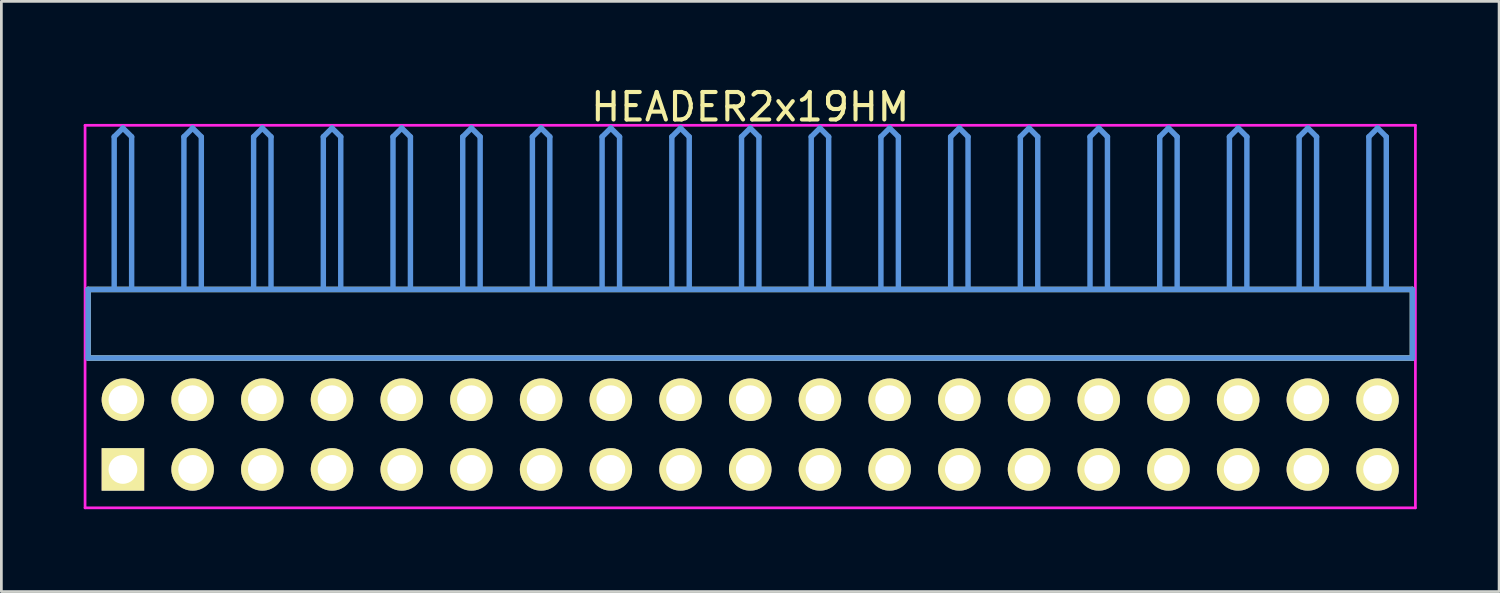
<source format=kicad_pcb>
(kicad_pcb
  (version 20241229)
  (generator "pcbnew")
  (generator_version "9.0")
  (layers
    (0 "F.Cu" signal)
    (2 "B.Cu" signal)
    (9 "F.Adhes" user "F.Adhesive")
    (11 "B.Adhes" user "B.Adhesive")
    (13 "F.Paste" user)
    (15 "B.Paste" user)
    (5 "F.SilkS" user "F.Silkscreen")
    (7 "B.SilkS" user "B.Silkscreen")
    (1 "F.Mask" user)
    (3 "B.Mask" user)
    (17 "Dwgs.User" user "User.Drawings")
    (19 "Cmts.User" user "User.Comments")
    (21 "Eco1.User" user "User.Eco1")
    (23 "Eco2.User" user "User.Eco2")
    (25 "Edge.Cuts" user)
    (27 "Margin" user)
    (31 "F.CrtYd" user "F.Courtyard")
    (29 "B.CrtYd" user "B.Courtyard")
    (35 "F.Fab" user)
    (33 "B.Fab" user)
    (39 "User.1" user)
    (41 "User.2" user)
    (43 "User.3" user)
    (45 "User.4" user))
  (footprint "HEADER2x19HM"
    (layer "F.Cu")
    (at 1.429 14.056)
    (property "Reference" "HEADER2x19HM" (at 22.86 -13.208 0) (layer "F.SilkS") (effects (font (size 1.001 1.001) (thickness 0.15))))
    (attr through_hole)
    (fp_line (start -1.27 -6.558) (end -1.27 -4.059) (stroke (width 0.198) (type solid)) (layer "F.SilkS"))
    (fp_line (start -1.27 -4.059) (end 46.99 -4.059) (stroke (width 0.198) (type solid)) (layer "F.SilkS"))
    (fp_line (start 46.99 -6.558) (end -1.27 -6.558) (stroke (width 0.198) (type solid)) (layer "F.SilkS"))
    (fp_line (start 46.99 -4.059) (end 46.99 -6.558) (stroke (width 0.198) (type solid)) (layer "F.SilkS"))
    (fp_line (start -1.27 -6.558) (end -1.27 -4.059) (stroke (width 0.198) (type solid)) (layer "Cmts.User"))
    (fp_line (start -1.27 -4.059) (end 46.99 -4.059) (stroke (width 0.198) (type solid)) (layer "Cmts.User"))
    (fp_line (start -0.318 -12.121) (end 0 -12.438) (stroke (width 0.198) (type solid)) (layer "Cmts.User"))
    (fp_line (start -0.318 -6.599) (end -0.318 -12.121) (stroke (width 0.198) (type solid)) (layer "Cmts.User"))
    (fp_line (start 0.318 -12.121) (end 0 -12.438) (stroke (width 0.198) (type solid)) (layer "Cmts.User"))
    (fp_line (start 0.318 -6.599) (end 0.318 -12.121) (stroke (width 0.198) (type solid)) (layer "Cmts.User"))
    (fp_line (start 2.223 -12.121) (end 2.54 -12.438) (stroke (width 0.198) (type solid)) (layer "Cmts.User"))
    (fp_line (start 2.223 -6.599) (end 2.223 -12.121) (stroke (width 0.198) (type solid)) (layer "Cmts.User"))
    (fp_line (start 2.857 -12.121) (end 2.54 -12.438) (stroke (width 0.198) (type solid)) (layer "Cmts.User"))
    (fp_line (start 2.857 -6.599) (end 2.857 -12.121) (stroke (width 0.198) (type solid)) (layer "Cmts.User"))
    (fp_line (start 4.763 -12.121) (end 5.08 -12.438) (stroke (width 0.198) (type solid)) (layer "Cmts.User"))
    (fp_line (start 4.763 -6.599) (end 4.763 -12.121) (stroke (width 0.198) (type solid)) (layer "Cmts.User"))
    (fp_line (start 5.397 -12.121) (end 5.08 -12.438) (stroke (width 0.198) (type solid)) (layer "Cmts.User"))
    (fp_line (start 5.397 -6.599) (end 5.397 -12.121) (stroke (width 0.198) (type solid)) (layer "Cmts.User"))
    (fp_line (start 7.303 -12.121) (end 7.62 -12.438) (stroke (width 0.198) (type solid)) (layer "Cmts.User"))
    (fp_line (start 7.303 -6.599) (end 7.303 -12.121) (stroke (width 0.198) (type solid)) (layer "Cmts.User"))
    (fp_line (start 7.938 -12.121) (end 7.62 -12.438) (stroke (width 0.198) (type solid)) (layer "Cmts.User"))
    (fp_line (start 7.938 -6.599) (end 7.938 -12.121) (stroke (width 0.198) (type solid)) (layer "Cmts.User"))
    (fp_line (start 9.842 -12.121) (end 10.16 -12.438) (stroke (width 0.198) (type solid)) (layer "Cmts.User"))
    (fp_line (start 9.842 -6.599) (end 9.842 -12.121) (stroke (width 0.198) (type solid)) (layer "Cmts.User"))
    (fp_line (start 10.477 -12.121) (end 10.16 -12.438) (stroke (width 0.198) (type solid)) (layer "Cmts.User"))
    (fp_line (start 10.477 -6.599) (end 10.477 -12.121) (stroke (width 0.198) (type solid)) (layer "Cmts.User"))
    (fp_line (start 12.383 -12.121) (end 12.7 -12.438) (stroke (width 0.198) (type solid)) (layer "Cmts.User"))
    (fp_line (start 12.383 -6.599) (end 12.383 -12.121) (stroke (width 0.198) (type solid)) (layer "Cmts.User"))
    (fp_line (start 13.018 -12.121) (end 12.7 -12.438) (stroke (width 0.198) (type solid)) (layer "Cmts.User"))
    (fp_line (start 13.018 -6.599) (end 13.018 -12.121) (stroke (width 0.198) (type solid)) (layer "Cmts.User"))
    (fp_line (start 14.922 -12.121) (end 15.24 -12.438) (stroke (width 0.198) (type solid)) (layer "Cmts.User"))
    (fp_line (start 14.922 -6.599) (end 14.922 -12.121) (stroke (width 0.198) (type solid)) (layer "Cmts.User"))
    (fp_line (start 15.557 -12.121) (end 15.24 -12.438) (stroke (width 0.198) (type solid)) (layer "Cmts.User"))
    (fp_line (start 15.557 -6.599) (end 15.557 -12.121) (stroke (width 0.198) (type solid)) (layer "Cmts.User"))
    (fp_line (start 17.462 -12.121) (end 17.78 -12.438) (stroke (width 0.198) (type solid)) (layer "Cmts.User"))
    (fp_line (start 17.462 -6.599) (end 17.462 -12.121) (stroke (width 0.198) (type solid)) (layer "Cmts.User"))
    (fp_line (start 18.098 -12.121) (end 17.78 -12.438) (stroke (width 0.198) (type solid)) (layer "Cmts.User"))
    (fp_line (start 18.098 -6.599) (end 18.098 -12.121) (stroke (width 0.198) (type solid)) (layer "Cmts.User"))
    (fp_line (start 20.003 -12.121) (end 20.32 -12.438) (stroke (width 0.198) (type solid)) (layer "Cmts.User"))
    (fp_line (start 20.003 -6.599) (end 20.003 -12.121) (stroke (width 0.198) (type solid)) (layer "Cmts.User"))
    (fp_line (start 20.637 -12.121) (end 20.32 -12.438) (stroke (width 0.198) (type solid)) (layer "Cmts.User"))
    (fp_line (start 20.637 -6.599) (end 20.637 -12.121) (stroke (width 0.198) (type solid)) (layer "Cmts.User"))
    (fp_line (start 22.543 -12.121) (end 22.86 -12.438) (stroke (width 0.198) (type solid)) (layer "Cmts.User"))
    (fp_line (start 22.543 -6.599) (end 22.543 -12.121) (stroke (width 0.198) (type solid)) (layer "Cmts.User"))
    (fp_line (start 23.177 -12.121) (end 22.86 -12.438) (stroke (width 0.198) (type solid)) (layer "Cmts.User"))
    (fp_line (start 23.177 -6.599) (end 23.177 -12.121) (stroke (width 0.198) (type solid)) (layer "Cmts.User"))
    (fp_line (start 25.082 -12.121) (end 25.4 -12.438) (stroke (width 0.198) (type solid)) (layer "Cmts.User"))
    (fp_line (start 25.082 -6.599) (end 25.082 -12.121) (stroke (width 0.198) (type solid)) (layer "Cmts.User"))
    (fp_line (start 25.718 -12.121) (end 25.4 -12.438) (stroke (width 0.198) (type solid)) (layer "Cmts.User"))
    (fp_line (start 25.718 -6.599) (end 25.718 -12.121) (stroke (width 0.198) (type solid)) (layer "Cmts.User"))
    (fp_line (start 27.622 -12.121) (end 27.94 -12.438) (stroke (width 0.198) (type solid)) (layer "Cmts.User"))
    (fp_line (start 27.622 -6.599) (end 27.622 -12.121) (stroke (width 0.198) (type solid)) (layer "Cmts.User"))
    (fp_line (start 28.258 -12.121) (end 27.94 -12.438) (stroke (width 0.198) (type solid)) (layer "Cmts.User"))
    (fp_line (start 28.258 -6.599) (end 28.258 -12.121) (stroke (width 0.198) (type solid)) (layer "Cmts.User"))
    (fp_line (start 30.163 -12.121) (end 30.48 -12.438) (stroke (width 0.198) (type solid)) (layer "Cmts.User"))
    (fp_line (start 30.163 -6.599) (end 30.163 -12.121) (stroke (width 0.198) (type solid)) (layer "Cmts.User"))
    (fp_line (start 30.797 -12.121) (end 30.48 -12.438) (stroke (width 0.198) (type solid)) (layer "Cmts.User"))
    (fp_line (start 30.797 -6.599) (end 30.797 -12.121) (stroke (width 0.198) (type solid)) (layer "Cmts.User"))
    (fp_line (start 32.703 -12.121) (end 33.02 -12.438) (stroke (width 0.198) (type solid)) (layer "Cmts.User"))
    (fp_line (start 32.703 -6.599) (end 32.703 -12.121) (stroke (width 0.198) (type solid)) (layer "Cmts.User"))
    (fp_line (start 33.337 -12.121) (end 33.02 -12.438) (stroke (width 0.198) (type solid)) (layer "Cmts.User"))
    (fp_line (start 33.337 -6.599) (end 33.337 -12.121) (stroke (width 0.198) (type solid)) (layer "Cmts.User"))
    (fp_line (start 35.242 -12.121) (end 35.56 -12.438) (stroke (width 0.198) (type solid)) (layer "Cmts.User"))
    (fp_line (start 35.242 -6.599) (end 35.242 -12.121) (stroke (width 0.198) (type solid)) (layer "Cmts.User"))
    (fp_line (start 35.877 -12.121) (end 35.56 -12.438) (stroke (width 0.198) (type solid)) (layer "Cmts.User"))
    (fp_line (start 35.877 -6.599) (end 35.877 -12.121) (stroke (width 0.198) (type solid)) (layer "Cmts.User"))
    (fp_line (start 37.782 -12.121) (end 38.1 -12.438) (stroke (width 0.198) (type solid)) (layer "Cmts.User"))
    (fp_line (start 37.782 -6.599) (end 37.782 -12.121) (stroke (width 0.198) (type solid)) (layer "Cmts.User"))
    (fp_line (start 38.417 -12.121) (end 38.1 -12.438) (stroke (width 0.198) (type solid)) (layer "Cmts.User"))
    (fp_line (start 38.417 -6.599) (end 38.417 -12.121) (stroke (width 0.198) (type solid)) (layer "Cmts.User"))
    (fp_line (start 40.322 -12.121) (end 40.64 -12.438) (stroke (width 0.198) (type solid)) (layer "Cmts.User"))
    (fp_line (start 40.322 -6.599) (end 40.322 -12.121) (stroke (width 0.198) (type solid)) (layer "Cmts.User"))
    (fp_line (start 40.958 -12.121) (end 40.64 -12.438) (stroke (width 0.198) (type solid)) (layer "Cmts.User"))
    (fp_line (start 40.958 -6.599) (end 40.958 -12.121) (stroke (width 0.198) (type solid)) (layer "Cmts.User"))
    (fp_line (start 42.862 -12.121) (end 43.18 -12.438) (stroke (width 0.198) (type solid)) (layer "Cmts.User"))
    (fp_line (start 42.862 -6.599) (end 42.862 -12.121) (stroke (width 0.198) (type solid)) (layer "Cmts.User"))
    (fp_line (start 43.498 -12.121) (end 43.18 -12.438) (stroke (width 0.198) (type solid)) (layer "Cmts.User"))
    (fp_line (start 43.498 -6.599) (end 43.498 -12.121) (stroke (width 0.198) (type solid)) (layer "Cmts.User"))
    (fp_line (start 45.403 -12.121) (end 45.72 -12.438) (stroke (width 0.198) (type solid)) (layer "Cmts.User"))
    (fp_line (start 45.403 -6.599) (end 45.403 -12.121) (stroke (width 0.198) (type solid)) (layer "Cmts.User"))
    (fp_line (start 46.038 -12.121) (end 45.72 -12.438) (stroke (width 0.198) (type solid)) (layer "Cmts.User"))
    (fp_line (start 46.038 -6.599) (end 46.038 -12.121) (stroke (width 0.198) (type solid)) (layer "Cmts.User"))
    (fp_line (start 46.99 -6.558) (end -1.27 -6.558) (stroke (width 0.198) (type solid)) (layer "Cmts.User"))
    (fp_line (start 46.99 -4.059) (end 46.99 -6.558) (stroke (width 0.198) (type solid)) (layer "Cmts.User"))
    (fp_line (start -1.379 -12.54) (end 47.099 -12.54) (stroke (width 0.099) (type solid)) (layer "F.CrtYd"))
    (fp_line (start -1.379 1.4) (end -1.379 -12.54) (stroke (width 0.099) (type solid)) (layer "F.CrtYd"))
    (fp_line (start 47.099 -12.54) (end 47.099 1.4) (stroke (width 0.099) (type solid)) (layer "F.CrtYd"))
    (fp_line (start 47.099 1.4) (end -1.379 1.4) (stroke (width 0.099) (type solid)) (layer "F.CrtYd"))
    (pad "1" thru_hole rect (at 0 0) (size 1.549 1.549) (drill 1.049) (layers "*.Cu" "*.Mask" "F.SilkS"))
    (pad "2" thru_hole circle (at 0 -2.54) (size 1.549 1.549) (drill 1.049) (layers "*.Cu" "*.Mask" "F.SilkS"))
    (pad "3" thru_hole circle (at 2.54 0) (size 1.549 1.549) (drill 1.049) (layers "*.Cu" "*.Mask" "F.SilkS"))
    (pad "4" thru_hole circle (at 2.54 -2.54) (size 1.549 1.549) (drill 1.049) (layers "*.Cu" "*.Mask" "F.SilkS"))
    (pad "5" thru_hole circle (at 5.08 0) (size 1.549 1.549) (drill 1.049) (layers "*.Cu" "*.Mask" "F.SilkS"))
    (pad "6" thru_hole circle (at 5.08 -2.54) (size 1.549 1.549) (drill 1.049) (layers "*.Cu" "*.Mask" "F.SilkS"))
    (pad "7" thru_hole circle (at 7.62 0) (size 1.549 1.549) (drill 1.049) (layers "*.Cu" "*.Mask" "F.SilkS"))
    (pad "8" thru_hole circle (at 7.62 -2.54) (size 1.549 1.549) (drill 1.049) (layers "*.Cu" "*.Mask" "F.SilkS"))
    (pad "9" thru_hole circle (at 10.16 0) (size 1.549 1.549) (drill 1.049) (layers "*.Cu" "*.Mask" "F.SilkS"))
    (pad "10" thru_hole circle (at 10.16 -2.54) (size 1.549 1.549) (drill 1.049) (layers "*.Cu" "*.Mask" "F.SilkS"))
    (pad "11" thru_hole circle (at 12.7 0) (size 1.549 1.549) (drill 1.049) (layers "*.Cu" "*.Mask" "F.SilkS"))
    (pad "12" thru_hole circle (at 12.7 -2.54) (size 1.549 1.549) (drill 1.049) (layers "*.Cu" "*.Mask" "F.SilkS"))
    (pad "13" thru_hole circle (at 15.24 0) (size 1.549 1.549) (drill 1.049) (layers "*.Cu" "*.Mask" "F.SilkS"))
    (pad "14" thru_hole circle (at 15.24 -2.54) (size 1.549 1.549) (drill 1.049) (layers "*.Cu" "*.Mask" "F.SilkS"))
    (pad "15" thru_hole circle (at 17.78 0) (size 1.549 1.549) (drill 1.049) (layers "*.Cu" "*.Mask" "F.SilkS"))
    (pad "16" thru_hole circle (at 17.78 -2.54) (size 1.549 1.549) (drill 1.049) (layers "*.Cu" "*.Mask" "F.SilkS"))
    (pad "17" thru_hole circle (at 20.32 0) (size 1.549 1.549) (drill 1.049) (layers "*.Cu" "*.Mask" "F.SilkS"))
    (pad "18" thru_hole circle (at 20.32 -2.54) (size 1.549 1.549) (drill 1.049) (layers "*.Cu" "*.Mask" "F.SilkS"))
    (pad "19" thru_hole circle (at 22.86 0) (size 1.549 1.549) (drill 1.049) (layers "*.Cu" "*.Mask" "F.SilkS"))
    (pad "20" thru_hole circle (at 22.86 -2.54) (size 1.549 1.549) (drill 1.049) (layers "*.Cu" "*.Mask" "F.SilkS"))
    (pad "21" thru_hole circle (at 25.4 0) (size 1.549 1.549) (drill 1.049) (layers "*.Cu" "*.Mask" "F.SilkS"))
    (pad "22" thru_hole circle (at 25.4 -2.54) (size 1.549 1.549) (drill 1.049) (layers "*.Cu" "*.Mask" "F.SilkS"))
    (pad "23" thru_hole circle (at 27.94 0) (size 1.549 1.549) (drill 1.049) (layers "*.Cu" "*.Mask" "F.SilkS"))
    (pad "24" thru_hole circle (at 27.94 -2.54) (size 1.549 1.549) (drill 1.049) (layers "*.Cu" "*.Mask" "F.SilkS"))
    (pad "25" thru_hole circle (at 30.48 0) (size 1.549 1.549) (drill 1.049) (layers "*.Cu" "*.Mask" "F.SilkS"))
    (pad "26" thru_hole circle (at 30.48 -2.54) (size 1.549 1.549) (drill 1.049) (layers "*.Cu" "*.Mask" "F.SilkS"))
    (pad "27" thru_hole circle (at 33.02 0) (size 1.549 1.549) (drill 1.049) (layers "*.Cu" "*.Mask" "F.SilkS"))
    (pad "28" thru_hole circle (at 33.02 -2.54) (size 1.549 1.549) (drill 1.049) (layers "*.Cu" "*.Mask" "F.SilkS"))
    (pad "29" thru_hole circle (at 35.56 0) (size 1.549 1.549) (drill 1.049) (layers "*.Cu" "*.Mask" "F.SilkS"))
    (pad "30" thru_hole circle (at 35.56 -2.54) (size 1.549 1.549) (drill 1.049) (layers "*.Cu" "*.Mask" "F.SilkS"))
    (pad "31" thru_hole circle (at 38.1 0) (size 1.549 1.549) (drill 1.049) (layers "*.Cu" "*.Mask" "F.SilkS"))
    (pad "32" thru_hole circle (at 38.1 -2.54) (size 1.549 1.549) (drill 1.049) (layers "*.Cu" "*.Mask" "F.SilkS"))
    (pad "33" thru_hole circle (at 40.64 0) (size 1.549 1.549) (drill 1.049) (layers "*.Cu" "*.Mask" "F.SilkS"))
    (pad "34" thru_hole circle (at 40.64 -2.54) (size 1.549 1.549) (drill 1.049) (layers "*.Cu" "*.Mask" "F.SilkS"))
    (pad "35" thru_hole circle (at 43.18 0) (size 1.549 1.549) (drill 1.049) (layers "*.Cu" "*.Mask" "F.SilkS"))
    (pad "36" thru_hole circle (at 43.18 -2.54) (size 1.549 1.549) (drill 1.049) (layers "*.Cu" "*.Mask" "F.SilkS"))
    (pad "37" thru_hole circle (at 45.72 0) (size 1.549 1.549) (drill 1.049) (layers "*.Cu" "*.Mask" "F.SilkS"))
    (pad "38" thru_hole circle (at 45.72 -2.54) (size 1.549 1.549) (drill 1.049) (layers "*.Cu" "*.Mask" "F.SilkS")))
  (gr_rect
    (start -3 -3)
    (end 51.578 18.506)
    (stroke (width 0.1) (type default))
    (fill no)
    (layer "Edge.Cuts")))
</source>
